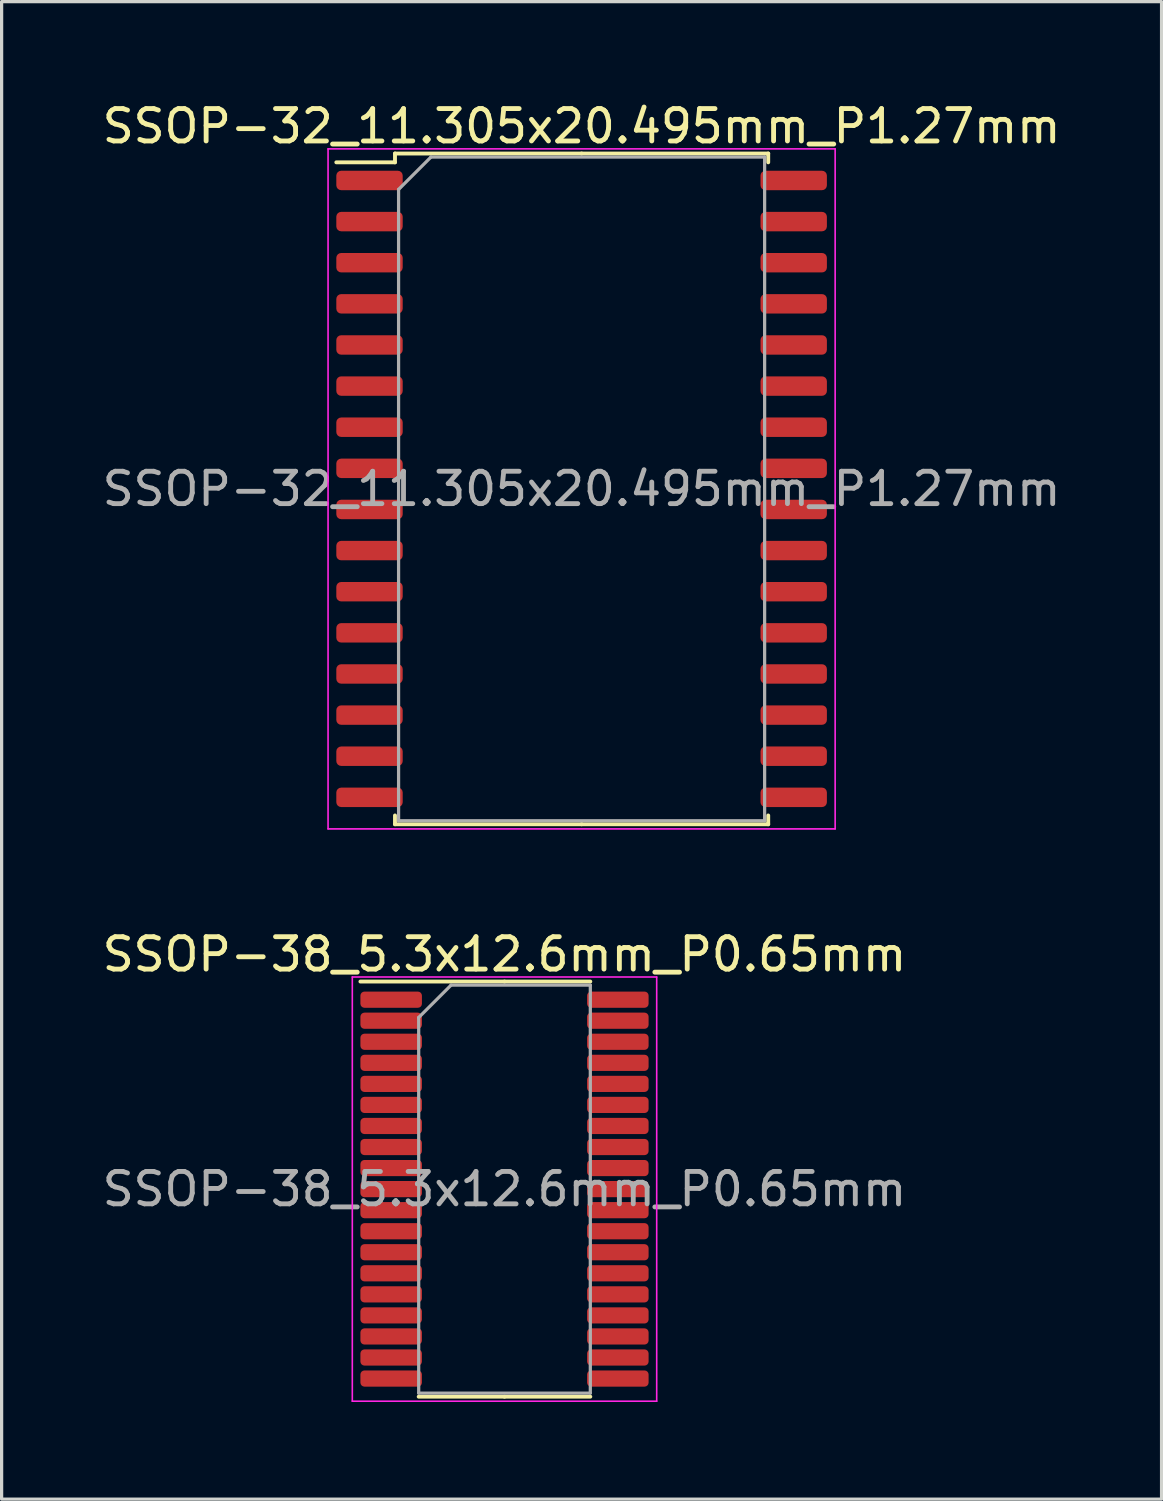
<source format=kicad_pcb>
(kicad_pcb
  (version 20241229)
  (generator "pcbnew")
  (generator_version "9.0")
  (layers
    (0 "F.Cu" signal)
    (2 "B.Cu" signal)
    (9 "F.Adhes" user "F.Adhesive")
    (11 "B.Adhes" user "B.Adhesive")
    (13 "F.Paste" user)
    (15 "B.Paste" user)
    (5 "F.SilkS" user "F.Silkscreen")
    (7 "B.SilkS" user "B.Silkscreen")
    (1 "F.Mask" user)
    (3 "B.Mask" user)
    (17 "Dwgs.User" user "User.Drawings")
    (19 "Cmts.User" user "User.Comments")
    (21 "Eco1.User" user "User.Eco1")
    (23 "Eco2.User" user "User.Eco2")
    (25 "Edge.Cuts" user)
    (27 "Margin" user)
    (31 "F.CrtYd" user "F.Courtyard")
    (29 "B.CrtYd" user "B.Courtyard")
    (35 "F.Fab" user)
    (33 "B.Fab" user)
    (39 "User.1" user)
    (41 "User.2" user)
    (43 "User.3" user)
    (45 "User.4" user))
  (footprint "SSOP-38_5.3x12.6mm_P0.65mm"
    (layer "F.Cu")
    (at 12.53 33.672)
    (property "Reference" "SSOP-38_5.3x12.6mm_P0.65mm" (at 0 -7.25 0) (layer "F.SilkS") (effects (font (size 1 1) (thickness 0.15))))
    (attr smd)
    (fp_line (start 0 -6.41) (end -4.45 -6.41) (stroke (width 0.12) (type solid)) (layer "F.SilkS"))
    (fp_line (start 0 -6.41) (end 2.65 -6.41) (stroke (width 0.12) (type solid)) (layer "F.SilkS"))
    (fp_line (start 0 6.41) (end -2.65 6.41) (stroke (width 0.12) (type solid)) (layer "F.SilkS"))
    (fp_line (start 0 6.41) (end 2.65 6.41) (stroke (width 0.12) (type solid)) (layer "F.SilkS"))
    (fp_line (start -4.7 -6.55) (end -4.7 6.55) (stroke (width 0.05) (type solid)) (layer "F.CrtYd"))
    (fp_line (start -4.7 6.55) (end 4.7 6.55) (stroke (width 0.05) (type solid)) (layer "F.CrtYd"))
    (fp_line (start 4.7 -6.55) (end -4.7 -6.55) (stroke (width 0.05) (type solid)) (layer "F.CrtYd"))
    (fp_line (start 4.7 6.55) (end 4.7 -6.55) (stroke (width 0.05) (type solid)) (layer "F.CrtYd"))
    (fp_line (start -2.65 -5.3) (end -1.65 -6.3) (stroke (width 0.1) (type solid)) (layer "F.Fab"))
    (fp_line (start -2.65 6.3) (end -2.65 -5.3) (stroke (width 0.1) (type solid)) (layer "F.Fab"))
    (fp_line (start -1.65 -6.3) (end 2.65 -6.3) (stroke (width 0.1) (type solid)) (layer "F.Fab"))
    (fp_line (start 2.65 -6.3) (end 2.65 6.3) (stroke (width 0.1) (type solid)) (layer "F.Fab"))
    (fp_line (start 2.65 6.3) (end -2.65 6.3) (stroke (width 0.1) (type solid)) (layer "F.Fab"))
    (fp_text user "${REFERENCE}" (at 0 0 0) (layer "F.Fab") (effects (font (size 1 1) (thickness 0.15))))
    (pad "1" smd roundrect (at -3.5 -5.85) (size 1.9 0.5) (layers "F.Cu" "F.Mask" "F.Paste") (roundrect_rratio 0.25))
    (pad "2" smd roundrect (at -3.5 -5.2) (size 1.9 0.5) (layers "F.Cu" "F.Mask" "F.Paste") (roundrect_rratio 0.25))
    (pad "3" smd roundrect (at -3.5 -4.55) (size 1.9 0.5) (layers "F.Cu" "F.Mask" "F.Paste") (roundrect_rratio 0.25))
    (pad "4" smd roundrect (at -3.5 -3.9) (size 1.9 0.5) (layers "F.Cu" "F.Mask" "F.Paste") (roundrect_rratio 0.25))
    (pad "5" smd roundrect (at -3.5 -3.25) (size 1.9 0.5) (layers "F.Cu" "F.Mask" "F.Paste") (roundrect_rratio 0.25))
    (pad "6" smd roundrect (at -3.5 -2.6) (size 1.9 0.5) (layers "F.Cu" "F.Mask" "F.Paste") (roundrect_rratio 0.25))
    (pad "7" smd roundrect (at -3.5 -1.95) (size 1.9 0.5) (layers "F.Cu" "F.Mask" "F.Paste") (roundrect_rratio 0.25))
    (pad "8" smd roundrect (at -3.5 -1.3) (size 1.9 0.5) (layers "F.Cu" "F.Mask" "F.Paste") (roundrect_rratio 0.25))
    (pad "9" smd roundrect (at -3.5 -0.65) (size 1.9 0.5) (layers "F.Cu" "F.Mask" "F.Paste") (roundrect_rratio 0.25))
    (pad "10" smd roundrect (at -3.5 0) (size 1.9 0.5) (layers "F.Cu" "F.Mask" "F.Paste") (roundrect_rratio 0.25))
    (pad "11" smd roundrect (at -3.5 0.65) (size 1.9 0.5) (layers "F.Cu" "F.Mask" "F.Paste") (roundrect_rratio 0.25))
    (pad "12" smd roundrect (at -3.5 1.3) (size 1.9 0.5) (layers "F.Cu" "F.Mask" "F.Paste") (roundrect_rratio 0.25))
    (pad "13" smd roundrect (at -3.5 1.95) (size 1.9 0.5) (layers "F.Cu" "F.Mask" "F.Paste") (roundrect_rratio 0.25))
    (pad "14" smd roundrect (at -3.5 2.6) (size 1.9 0.5) (layers "F.Cu" "F.Mask" "F.Paste") (roundrect_rratio 0.25))
    (pad "15" smd roundrect (at -3.5 3.25) (size 1.9 0.5) (layers "F.Cu" "F.Mask" "F.Paste") (roundrect_rratio 0.25))
    (pad "16" smd roundrect (at -3.5 3.9) (size 1.9 0.5) (layers "F.Cu" "F.Mask" "F.Paste") (roundrect_rratio 0.25))
    (pad "17" smd roundrect (at -3.5 4.55) (size 1.9 0.5) (layers "F.Cu" "F.Mask" "F.Paste") (roundrect_rratio 0.25))
    (pad "18" smd roundrect (at -3.5 5.2) (size 1.9 0.5) (layers "F.Cu" "F.Mask" "F.Paste") (roundrect_rratio 0.25))
    (pad "19" smd roundrect (at -3.5 5.85) (size 1.9 0.5) (layers "F.Cu" "F.Mask" "F.Paste") (roundrect_rratio 0.25))
    (pad "20" smd roundrect (at 3.5 5.85) (size 1.9 0.5) (layers "F.Cu" "F.Mask" "F.Paste") (roundrect_rratio 0.25))
    (pad "21" smd roundrect (at 3.5 5.2) (size 1.9 0.5) (layers "F.Cu" "F.Mask" "F.Paste") (roundrect_rratio 0.25))
    (pad "22" smd roundrect (at 3.5 4.55) (size 1.9 0.5) (layers "F.Cu" "F.Mask" "F.Paste") (roundrect_rratio 0.25))
    (pad "23" smd roundrect (at 3.5 3.9) (size 1.9 0.5) (layers "F.Cu" "F.Mask" "F.Paste") (roundrect_rratio 0.25))
    (pad "24" smd roundrect (at 3.5 3.25) (size 1.9 0.5) (layers "F.Cu" "F.Mask" "F.Paste") (roundrect_rratio 0.25))
    (pad "25" smd roundrect (at 3.5 2.6) (size 1.9 0.5) (layers "F.Cu" "F.Mask" "F.Paste") (roundrect_rratio 0.25))
    (pad "26" smd roundrect (at 3.5 1.95) (size 1.9 0.5) (layers "F.Cu" "F.Mask" "F.Paste") (roundrect_rratio 0.25))
    (pad "27" smd roundrect (at 3.5 1.3) (size 1.9 0.5) (layers "F.Cu" "F.Mask" "F.Paste") (roundrect_rratio 0.25))
    (pad "28" smd roundrect (at 3.5 0.65) (size 1.9 0.5) (layers "F.Cu" "F.Mask" "F.Paste") (roundrect_rratio 0.25))
    (pad "29" smd roundrect (at 3.5 0) (size 1.9 0.5) (layers "F.Cu" "F.Mask" "F.Paste") (roundrect_rratio 0.25))
    (pad "30" smd roundrect (at 3.5 -0.65) (size 1.9 0.5) (layers "F.Cu" "F.Mask" "F.Paste") (roundrect_rratio 0.25))
    (pad "31" smd roundrect (at 3.5 -1.3) (size 1.9 0.5) (layers "F.Cu" "F.Mask" "F.Paste") (roundrect_rratio 0.25))
    (pad "32" smd roundrect (at 3.5 -1.95) (size 1.9 0.5) (layers "F.Cu" "F.Mask" "F.Paste") (roundrect_rratio 0.25))
    (pad "33" smd roundrect (at 3.5 -2.6) (size 1.9 0.5) (layers "F.Cu" "F.Mask" "F.Paste") (roundrect_rratio 0.25))
    (pad "34" smd roundrect (at 3.5 -3.25) (size 1.9 0.5) (layers "F.Cu" "F.Mask" "F.Paste") (roundrect_rratio 0.25))
    (pad "35" smd roundrect (at 3.5 -3.9) (size 1.9 0.5) (layers "F.Cu" "F.Mask" "F.Paste") (roundrect_rratio 0.25))
    (pad "36" smd roundrect (at 3.5 -4.55) (size 1.9 0.5) (layers "F.Cu" "F.Mask" "F.Paste") (roundrect_rratio 0.25))
    (pad "37" smd roundrect (at 3.5 -5.2) (size 1.9 0.5) (layers "F.Cu" "F.Mask" "F.Paste") (roundrect_rratio 0.25))
    (pad "38" smd roundrect (at 3.5 -5.85) (size 1.9 0.5) (layers "F.Cu" "F.Mask" "F.Paste") (roundrect_rratio 0.25)))
  (footprint "SSOP-32_11.305x20.495mm_P1.27mm"
    (layer "F.Cu")
    (at 14.911 12.048)
    (property "Reference" "SSOP-32_11.305x20.495mm_P1.27mm" (at 0 -11.2 0) (layer "F.SilkS") (effects (font (size 1 1) (thickness 0.15))))
    (attr smd)
    (fp_line (start -5.763 -10.357) (end -5.763 -10.085) (stroke (width 0.12) (type solid)) (layer "F.SilkS"))
    (fp_line (start -5.763 -10.085) (end -7.575 -10.085) (stroke (width 0.12) (type solid)) (layer "F.SilkS"))
    (fp_line (start -5.763 10.357) (end -5.763 10.085) (stroke (width 0.12) (type solid)) (layer "F.SilkS"))
    (fp_line (start 0 -10.357) (end -5.763 -10.357) (stroke (width 0.12) (type solid)) (layer "F.SilkS"))
    (fp_line (start 0 -10.357) (end 5.763 -10.357) (stroke (width 0.12) (type solid)) (layer "F.SilkS"))
    (fp_line (start 0 10.357) (end -5.763 10.357) (stroke (width 0.12) (type solid)) (layer "F.SilkS"))
    (fp_line (start 0 10.357) (end 5.763 10.357) (stroke (width 0.12) (type solid)) (layer "F.SilkS"))
    (fp_line (start 5.763 -10.357) (end 5.763 -10.085) (stroke (width 0.12) (type solid)) (layer "F.SilkS"))
    (fp_line (start 5.763 10.357) (end 5.763 10.085) (stroke (width 0.12) (type solid)) (layer "F.SilkS"))
    (fp_line (start -7.83 -10.5) (end -7.83 10.5) (stroke (width 0.05) (type solid)) (layer "F.CrtYd"))
    (fp_line (start -7.83 10.5) (end 7.83 10.5) (stroke (width 0.05) (type solid)) (layer "F.CrtYd"))
    (fp_line (start 7.83 -10.5) (end -7.83 -10.5) (stroke (width 0.05) (type solid)) (layer "F.CrtYd"))
    (fp_line (start 7.83 10.5) (end 7.83 -10.5) (stroke (width 0.05) (type solid)) (layer "F.CrtYd"))
    (fp_line (start -5.652 -9.248) (end -4.652 -10.248) (stroke (width 0.1) (type solid)) (layer "F.Fab"))
    (fp_line (start -5.652 10.248) (end -5.652 -9.248) (stroke (width 0.1) (type solid)) (layer "F.Fab"))
    (fp_line (start -4.652 -10.248) (end 5.652 -10.248) (stroke (width 0.1) (type solid)) (layer "F.Fab"))
    (fp_line (start 5.652 -10.248) (end 5.652 10.248) (stroke (width 0.1) (type solid)) (layer "F.Fab"))
    (fp_line (start 5.652 10.248) (end -5.652 10.248) (stroke (width 0.1) (type solid)) (layer "F.Fab"))
    (fp_text user "${REFERENCE}" (at 0 0 0) (layer "F.Fab") (effects (font (size 1 1) (thickness 0.15))))
    (pad "1" smd roundrect (at -6.55 -9.525) (size 2.05 0.6) (layers "F.Cu" "F.Mask" "F.Paste") (roundrect_rratio 0.25))
    (pad "2" smd roundrect (at -6.55 -8.255) (size 2.05 0.6) (layers "F.Cu" "F.Mask" "F.Paste") (roundrect_rratio 0.25))
    (pad "3" smd roundrect (at -6.55 -6.985) (size 2.05 0.6) (layers "F.Cu" "F.Mask" "F.Paste") (roundrect_rratio 0.25))
    (pad "4" smd roundrect (at -6.55 -5.715) (size 2.05 0.6) (layers "F.Cu" "F.Mask" "F.Paste") (roundrect_rratio 0.25))
    (pad "5" smd roundrect (at -6.55 -4.445) (size 2.05 0.6) (layers "F.Cu" "F.Mask" "F.Paste") (roundrect_rratio 0.25))
    (pad "6" smd roundrect (at -6.55 -3.175) (size 2.05 0.6) (layers "F.Cu" "F.Mask" "F.Paste") (roundrect_rratio 0.25))
    (pad "7" smd roundrect (at -6.55 -1.905) (size 2.05 0.6) (layers "F.Cu" "F.Mask" "F.Paste") (roundrect_rratio 0.25))
    (pad "8" smd roundrect (at -6.55 -0.635) (size 2.05 0.6) (layers "F.Cu" "F.Mask" "F.Paste") (roundrect_rratio 0.25))
    (pad "9" smd roundrect (at -6.55 0.635) (size 2.05 0.6) (layers "F.Cu" "F.Mask" "F.Paste") (roundrect_rratio 0.25))
    (pad "10" smd roundrect (at -6.55 1.905) (size 2.05 0.6) (layers "F.Cu" "F.Mask" "F.Paste") (roundrect_rratio 0.25))
    (pad "11" smd roundrect (at -6.55 3.175) (size 2.05 0.6) (layers "F.Cu" "F.Mask" "F.Paste") (roundrect_rratio 0.25))
    (pad "12" smd roundrect (at -6.55 4.445) (size 2.05 0.6) (layers "F.Cu" "F.Mask" "F.Paste") (roundrect_rratio 0.25))
    (pad "13" smd roundrect (at -6.55 5.715) (size 2.05 0.6) (layers "F.Cu" "F.Mask" "F.Paste") (roundrect_rratio 0.25))
    (pad "14" smd roundrect (at -6.55 6.985) (size 2.05 0.6) (layers "F.Cu" "F.Mask" "F.Paste") (roundrect_rratio 0.25))
    (pad "15" smd roundrect (at -6.55 8.255) (size 2.05 0.6) (layers "F.Cu" "F.Mask" "F.Paste") (roundrect_rratio 0.25))
    (pad "16" smd roundrect (at -6.55 9.525) (size 2.05 0.6) (layers "F.Cu" "F.Mask" "F.Paste") (roundrect_rratio 0.25))
    (pad "17" smd roundrect (at 6.55 9.525) (size 2.05 0.6) (layers "F.Cu" "F.Mask" "F.Paste") (roundrect_rratio 0.25))
    (pad "18" smd roundrect (at 6.55 8.255) (size 2.05 0.6) (layers "F.Cu" "F.Mask" "F.Paste") (roundrect_rratio 0.25))
    (pad "19" smd roundrect (at 6.55 6.985) (size 2.05 0.6) (layers "F.Cu" "F.Mask" "F.Paste") (roundrect_rratio 0.25))
    (pad "20" smd roundrect (at 6.55 5.715) (size 2.05 0.6) (layers "F.Cu" "F.Mask" "F.Paste") (roundrect_rratio 0.25))
    (pad "21" smd roundrect (at 6.55 4.445) (size 2.05 0.6) (layers "F.Cu" "F.Mask" "F.Paste") (roundrect_rratio 0.25))
    (pad "22" smd roundrect (at 6.55 3.175) (size 2.05 0.6) (layers "F.Cu" "F.Mask" "F.Paste") (roundrect_rratio 0.25))
    (pad "23" smd roundrect (at 6.55 1.905) (size 2.05 0.6) (layers "F.Cu" "F.Mask" "F.Paste") (roundrect_rratio 0.25))
    (pad "24" smd roundrect (at 6.55 0.635) (size 2.05 0.6) (layers "F.Cu" "F.Mask" "F.Paste") (roundrect_rratio 0.25))
    (pad "25" smd roundrect (at 6.55 -0.635) (size 2.05 0.6) (layers "F.Cu" "F.Mask" "F.Paste") (roundrect_rratio 0.25))
    (pad "26" smd roundrect (at 6.55 -1.905) (size 2.05 0.6) (layers "F.Cu" "F.Mask" "F.Paste") (roundrect_rratio 0.25))
    (pad "27" smd roundrect (at 6.55 -3.175) (size 2.05 0.6) (layers "F.Cu" "F.Mask" "F.Paste") (roundrect_rratio 0.25))
    (pad "28" smd roundrect (at 6.55 -4.445) (size 2.05 0.6) (layers "F.Cu" "F.Mask" "F.Paste") (roundrect_rratio 0.25))
    (pad "29" smd roundrect (at 6.55 -5.715) (size 2.05 0.6) (layers "F.Cu" "F.Mask" "F.Paste") (roundrect_rratio 0.25))
    (pad "30" smd roundrect (at 6.55 -6.985) (size 2.05 0.6) (layers "F.Cu" "F.Mask" "F.Paste") (roundrect_rratio 0.25))
    (pad "31" smd roundrect (at 6.55 -8.255) (size 2.05 0.6) (layers "F.Cu" "F.Mask" "F.Paste") (roundrect_rratio 0.25))
    (pad "32" smd roundrect (at 6.55 -9.525) (size 2.05 0.6) (layers "F.Cu" "F.Mask" "F.Paste") (roundrect_rratio 0.25)))
  (gr_rect
    (start -3 -3)
    (end 32.821 43.246)
    (stroke (width 0.1) (type default))
    (fill no)
    (layer "Edge.Cuts")))
</source>
